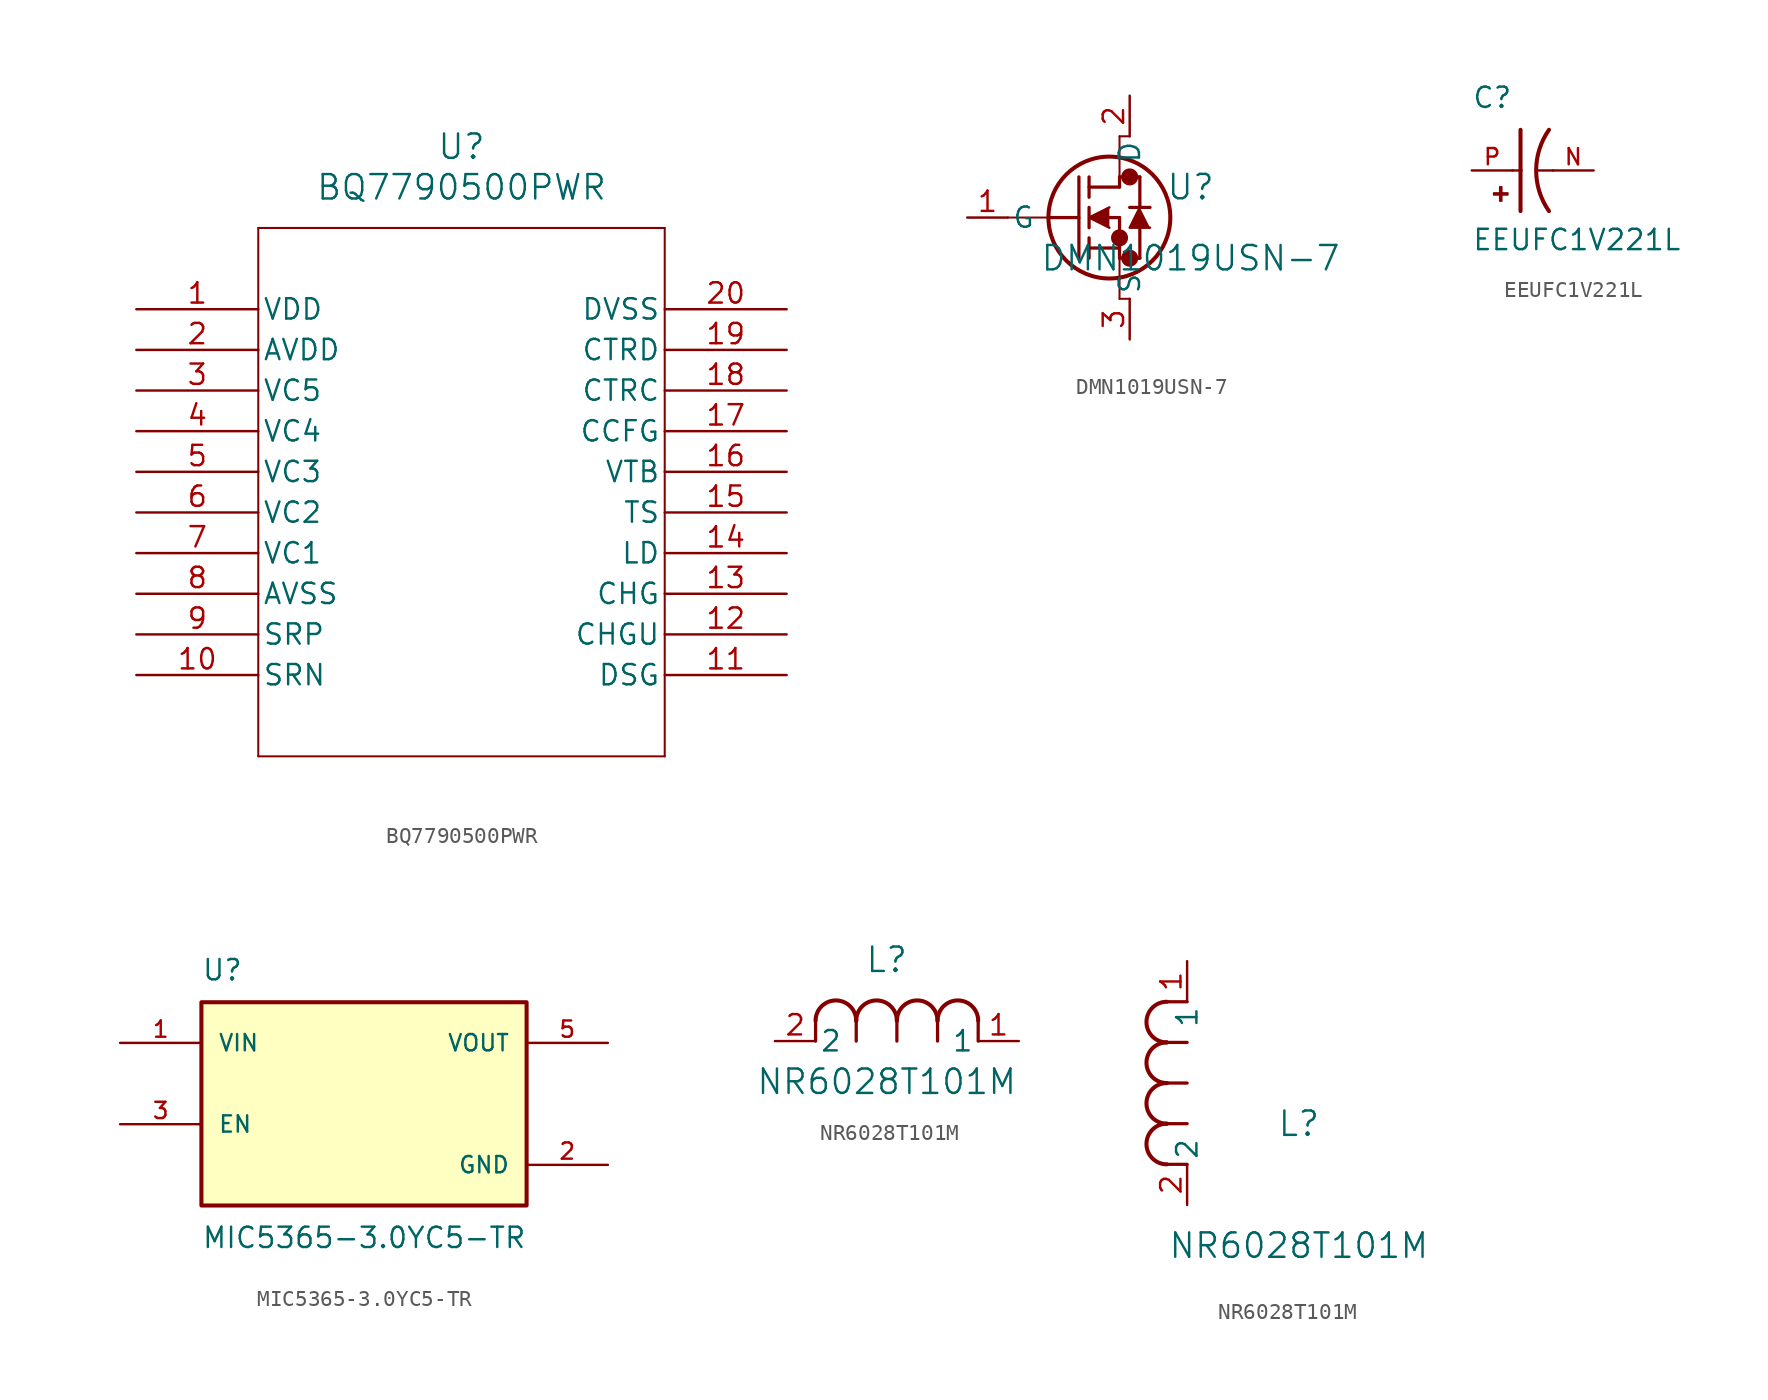
<source format=kicad_sym>
(kicad_symbol_lib
  (version 20241209)
  (generator "kicad_symbol_editor")
  (generator_version "9.0")
  (symbol "BQ7790500PWR"
    (pin_names
      (offset 0.254))
    (property "Reference" "U"
      (at 20.32 10.16 0)
      (effects (font (size 1.524 1.524))))
    (property "Value" "BQ7790500PWR"
      (at 20.32 7.62 0)
      (effects (font (size 1.524 1.524))))
    (property "ki_locked" ""
      (at 0 0 0)
      (effects (font (size 1.27 1.27))))
    (symbol "BQ7790500PWR_0_1"
      (polyline (pts (xy 7.62 5.08) (xy 7.62 -27.94)) (stroke (width 0.127) (type default)) (fill (type none)))
      (polyline (pts (xy 7.62 -27.94) (xy 33.02 -27.94)) (stroke (width 0.127) (type default)) (fill (type none)))
      (polyline (pts (xy 33.02 5.08) (xy 7.62 5.08)) (stroke (width 0.127) (type default)) (fill (type none)))
      (polyline (pts (xy 33.02 -27.94) (xy 33.02 5.08)) (stroke (width 0.127) (type default)) (fill (type none)))
      (pin power_in line (at 0 0 0) (length 7.62) (name "VDD" (effects (font (size 1.27 1.27)))) (number "1" (effects (font (size 1.27 1.27)))))
      (pin power_in line (at 0 -2.54 0) (length 7.62) (name "AVDD" (effects (font (size 1.27 1.27)))) (number "2" (effects (font (size 1.27 1.27)))))
      (pin input line (at 0 -5.08 0) (length 7.62) (name "VC5" (effects (font (size 1.27 1.27)))) (number "3" (effects (font (size 1.27 1.27)))))
      (pin input line (at 0 -7.62 0) (length 7.62) (name "VC4" (effects (font (size 1.27 1.27)))) (number "4" (effects (font (size 1.27 1.27)))))
      (pin input line (at 0 -10.16 0) (length 7.62) (name "VC3" (effects (font (size 1.27 1.27)))) (number "5" (effects (font (size 1.27 1.27)))))
      (pin input line (at 0 -12.7 0) (length 7.62) (name "VC2" (effects (font (size 1.27 1.27)))) (number "6" (effects (font (size 1.27 1.27)))))
      (pin input line (at 0 -15.24 0) (length 7.62) (name "VC1" (effects (font (size 1.27 1.27)))) (number "7" (effects (font (size 1.27 1.27)))))
      (pin power_in line (at 0 -17.78 0) (length 7.62) (name "AVSS" (effects (font (size 1.27 1.27)))) (number "8" (effects (font (size 1.27 1.27)))))
      (pin input line (at 0 -20.32 0) (length 7.62) (name "SRP" (effects (font (size 1.27 1.27)))) (number "9" (effects (font (size 1.27 1.27)))))
      (pin input line (at 0 -22.86 0) (length 7.62) (name "SRN" (effects (font (size 1.27 1.27)))) (number "10" (effects (font (size 1.27 1.27)))))
      (pin power_in line (at 40.64 0 180) (length 7.62) (name "DVSS" (effects (font (size 1.27 1.27)))) (number "20" (effects (font (size 1.27 1.27)))))
      (pin input line (at 40.64 -2.54 180) (length 7.62) (name "CTRD" (effects (font (size 1.27 1.27)))) (number "19" (effects (font (size 1.27 1.27)))))
      (pin input line (at 40.64 -5.08 180) (length 7.62) (name "CTRC" (effects (font (size 1.27 1.27)))) (number "18" (effects (font (size 1.27 1.27)))))
      (pin input line (at 40.64 -7.62 180) (length 7.62) (name "CCFG" (effects (font (size 1.27 1.27)))) (number "17" (effects (font (size 1.27 1.27)))))
      (pin output line (at 40.64 -10.16 180) (length 7.62) (name "VTB" (effects (font (size 1.27 1.27)))) (number "16" (effects (font (size 1.27 1.27)))))
      (pin input line (at 40.64 -12.7 180) (length 7.62) (name "TS" (effects (font (size 1.27 1.27)))) (number "15" (effects (font (size 1.27 1.27)))))
      (pin input line (at 40.64 -15.24 180) (length 7.62) (name "LD" (effects (font (size 1.27 1.27)))) (number "14" (effects (font (size 1.27 1.27)))))
      (pin output line (at 40.64 -17.78 180) (length 7.62) (name "CHG" (effects (font (size 1.27 1.27)))) (number "13" (effects (font (size 1.27 1.27)))))
      (pin output line (at 40.64 -20.32 180) (length 7.62) (name "CHGU" (effects (font (size 1.27 1.27)))) (number "12" (effects (font (size 1.27 1.27)))))
      (pin output line (at 40.64 -22.86 180) (length 7.62) (name "DSG" (effects (font (size 1.27 1.27)))) (number "11" (effects (font (size 1.27 1.27)))))))
  (symbol "DMN1019USN-7"
    (pin_names
      (offset 0.254))
    (property "Reference" "U"
      (at 13.97 1.905 0)
      (effects (font (size 1.524 1.524))))
    (property "Value" "DMN1019USN-7"
      (at 13.97 -2.54 0)
      (effects (font (size 1.524 1.524))))
    (property "ki_locked" ""
      (at 0 0 0)
      (effects (font (size 1.27 1.27))))
    (symbol "DMN1019USN-7_0_1"
      (polyline (pts (xy 2.54 0) (xy 5.08 0)) (stroke (width 0.127) (type default)) (fill (type none)))
      (polyline (pts (xy 5.08 0) (xy 6.985 0)) (stroke (width 0.203) (type default)) (fill (type none)))
      (polyline (pts (xy 6.985 -2.54) (xy 6.985 2.54)) (stroke (width 0.203) (type default)) (fill (type none)))
      (polyline (pts (xy 7.62 1.905) (xy 9.525 1.905)) (stroke (width 0.203) (type default)) (fill (type none)))
      (polyline (pts (xy 7.62 1.27) (xy 7.62 2.54)) (stroke (width 0.203) (type default)) (fill (type none)))
      (polyline (pts (xy 7.62 -0.635) (xy 7.62 0.635)) (stroke (width 0.203) (type default)) (fill (type none)))
      (polyline (pts (xy 7.62 -1.905) (xy 9.525 -1.905)) (stroke (width 0.203) (type default)) (fill (type none)))
      (polyline (pts (xy 7.62 -2.54) (xy 7.62 -1.27)) (stroke (width 0.203) (type default)) (fill (type none)))
      (polyline (pts (xy 8.89 0.635) (xy 7.62 0) (xy 8.89 -0.635)) (stroke (width 0) (type default)) (fill (type outline)))
      (polyline (pts (xy 8.89 0) (xy 9.525 0)) (stroke (width 0.203) (type default)) (fill (type none)))
      (circle (center 8.89 0) (radius 3.81) (stroke (width 0.254) (type default)) (fill (type none)))
      (polyline (pts (xy 9.525 5.08) (xy 10.16 5.08)) (stroke (width 0.127) (type default)) (fill (type none)))
      (polyline (pts (xy 9.525 2.54) (xy 9.525 5.08)) (stroke (width 0.127) (type default)) (fill (type none)))
      (polyline (pts (xy 9.525 2.54) (xy 10.795 2.54)) (stroke (width 0.203) (type default)) (fill (type none)))
      (polyline (pts (xy 9.525 1.905) (xy 9.525 2.54)) (stroke (width 0.203) (type default)) (fill (type none)))
      (circle (center 9.525 -1.27) (radius 0.025) (stroke (width 0.508) (type default)) (fill (type none)))
      (polyline (pts (xy 9.525 -2.54) (xy 9.525 0)) (stroke (width 0.203) (type default)) (fill (type none)))
      (polyline (pts (xy 9.525 -2.54) (xy 10.795 -2.54)) (stroke (width 0.203) (type default)) (fill (type none)))
      (polyline (pts (xy 9.525 -5.08) (xy 9.525 -2.54)) (stroke (width 0.127) (type default)) (fill (type none)))
      (circle (center 10.16 2.54) (radius 0.025) (stroke (width 0.508) (type default)) (fill (type none)))
      (circle (center 10.16 -2.54) (radius 0.025) (stroke (width 0.508) (type default)) (fill (type none)))
      (polyline (pts (xy 10.16 -5.08) (xy 9.525 -5.08)) (stroke (width 0.127) (type default)) (fill (type none)))
      (polyline (pts (xy 10.795 0.635) (xy 10.795 2.54)) (stroke (width 0.203) (type default)) (fill (type none)))
      (polyline (pts (xy 10.795 -2.54) (xy 10.795 -0.635)) (stroke (width 0.203) (type default)) (fill (type none)))
      (polyline (pts (xy 11.43 0.635) (xy 10.16 0.635)) (stroke (width 0.203) (type default)) (fill (type none)))
      (polyline (pts (xy 11.43 -0.635) (xy 10.16 -0.635) (xy 10.795 0.635)) (stroke (width 0) (type default)) (fill (type outline)))
      (pin unspecified line (at 0 0 0) (length 2.54) (name "G" (effects (font (size 1.27 1.27)))) (number "1" (effects (font (size 1.27 1.27)))))
      (pin unspecified line (at 10.16 7.62 270) (length 2.54) (name "D" (effects (font (size 1.27 1.27)))) (number "2" (effects (font (size 1.27 1.27)))))
      (pin unspecified line (at 10.16 -7.62 90) (length 2.54) (name "S" (effects (font (size 1.27 1.27)))) (number "3" (effects (font (size 1.27 1.27)))))))
  (symbol "EEUFC1V221L"
    (pin_names
      (offset 1.016))
    (property "Reference" "C"
      (at -2.54 3.81 0)
      (effects (font (size 1.27 1.27)) (justify left bottom)))
    (property "Value" "EEUFC1V221L"
      (at -2.54 -5.08 0)
      (effects (font (size 1.27 1.27)) (justify left bottom)))
    (symbol "EEUFC1V221L_0_0"
      (rectangle (start -1.173 -1.532) (end -0.284 -1.405) (stroke (width 0.1) (type default)) (fill (type outline)))
      (rectangle (start -0.792 -1.913) (end -0.665 -1.024) (stroke (width 0.1) (type default)) (fill (type outline)))
      (polyline (pts (xy 0 0) (xy 0.508 0)) (stroke (width 0.152) (type default)) (fill (type none)))
      (polyline (pts (xy 0.508 2.54) (xy 0.508 0)) (stroke (width 0.254) (type default)) (fill (type none)))
      (polyline (pts (xy 0.508 0) (xy 0.508 -2.54)) (stroke (width 0.254) (type default)) (fill (type none)))
      (polyline (pts (xy 2.54 0) (xy 1.524 0)) (stroke (width 0.152) (type default)) (fill (type none)))
      (arc (start 2.286 -2.54) (mid 1.4851 0) (end 2.286 2.54) (stroke (width 0.254) (type default)) (fill (type none)))
      (pin passive line (at -2.54 0 0) (length 2.54) (name "~" (effects (font (size 1.016 1.016)))) (number "P" (effects (font (size 1.016 1.016)))))
      (pin passive line (at 5.08 0 180) (length 2.54) (name "~" (effects (font (size 1.016 1.016)))) (number "N" (effects (font (size 1.016 1.016)))))))
  (symbol "MIC5365-3.0YC5-TR"
    (pin_names
      (offset 1.016))
    (property "Reference" "U"
      (at -10.16 6.35 0)
      (effects (font (size 1.27 1.27)) (justify left bottom)))
    (property "Value" "MIC5365-3.0YC5-TR"
      (at -10.16 -8.89 0)
      (effects (font (size 1.27 1.27)) (justify left top)))
    (symbol "MIC5365-3.0YC5-TR_0_0"
      (rectangle (start -10.16 -7.62) (end 10.16 5.08) (stroke (width 0.254) (type default)) (fill (type background)))
      (pin input line (at -15.24 2.54 0) (length 5.08) (name "VIN" (effects (font (size 1.016 1.016)))) (number "1" (effects (font (size 1.016 1.016)))))
      (pin input line (at -15.24 -2.54 0) (length 5.08) (name "EN" (effects (font (size 1.016 1.016)))) (number "3" (effects (font (size 1.016 1.016)))))
      (pin output line (at 15.24 2.54 180) (length 5.08) (name "VOUT" (effects (font (size 1.016 1.016)))) (number "5" (effects (font (size 1.016 1.016)))))
      (pin power_in line (at 15.24 -5.08 180) (length 5.08) (name "GND" (effects (font (size 1.016 1.016)))) (number "2" (effects (font (size 1.016 1.016)))))))
  (symbol "NR6028T101M"
    (pin_names
      (offset 0.254))
    (property "Reference" "L"
      (at 6.985 5.08 0)
      (effects (font (size 1.524 1.524))))
    (property "Value" "NR6028T101M"
      (at 6.985 -2.54 0)
      (effects (font (size 1.524 1.524))))
    (property "ki_locked" ""
      (at 0 0 0)
      (effects (font (size 1.27 1.27))))
    (symbol "NR6028T101M_1_1"
      (polyline (pts (xy 2.54 0) (xy 2.54 1.27)) (stroke (width 0.203) (type default)) (fill (type none)))
      (arc (start 2.54 1.27) (mid 3.81 2.5344) (end 5.08 1.27) (stroke (width 0.254) (type default)) (fill (type none)))
      (polyline (pts (xy 5.08 0) (xy 5.08 1.27)) (stroke (width 0.203) (type default)) (fill (type none)))
      (arc (start 5.08 1.27) (mid 6.35 2.5344) (end 7.62 1.27) (stroke (width 0.254) (type default)) (fill (type none)))
      (polyline (pts (xy 7.62 0) (xy 7.62 1.27)) (stroke (width 0.203) (type default)) (fill (type none)))
      (arc (start 7.62 1.27) (mid 8.89 2.5344) (end 10.16 1.27) (stroke (width 0.254) (type default)) (fill (type none)))
      (polyline (pts (xy 10.16 0) (xy 10.16 1.27)) (stroke (width 0.203) (type default)) (fill (type none)))
      (arc (start 10.16 1.27) (mid 11.43 2.5344) (end 12.7 1.27) (stroke (width 0.254) (type default)) (fill (type none)))
      (polyline (pts (xy 12.7 0) (xy 12.7 1.27)) (stroke (width 0.203) (type default)) (fill (type none)))
      (pin passive line (at 0 0 0) (length 2.54) (name "2" (effects (font (size 1.27 1.27)))) (number "2" (effects (font (size 1.27 1.27)))))
      (pin passive line (at 15.24 0 180) (length 2.54) (name "1" (effects (font (size 1.27 1.27)))) (number "1" (effects (font (size 1.27 1.27))))))
    (symbol "NR6028T101M_1_2"
      (arc (start -1.27 10.16) (mid -2.5344 11.43) (end -1.27 12.7) (stroke (width 0.254) (type default)) (fill (type none)))
      (arc (start -1.27 7.62) (mid -2.5344 8.89) (end -1.27 10.16) (stroke (width 0.254) (type default)) (fill (type none)))
      (arc (start -1.27 5.08) (mid -2.5344 6.35) (end -1.27 7.62) (stroke (width 0.254) (type default)) (fill (type none)))
      (arc (start -1.27 2.54) (mid -2.5344 3.81) (end -1.27 5.08) (stroke (width 0.254) (type default)) (fill (type none)))
      (polyline (pts (xy 0 12.7) (xy -1.27 12.7)) (stroke (width 0.203) (type default)) (fill (type none)))
      (polyline (pts (xy 0 10.16) (xy -1.27 10.16)) (stroke (width 0.203) (type default)) (fill (type none)))
      (polyline (pts (xy 0 7.62) (xy -1.27 7.62)) (stroke (width 0.203) (type default)) (fill (type none)))
      (polyline (pts (xy 0 5.08) (xy -1.27 5.08)) (stroke (width 0.203) (type default)) (fill (type none)))
      (polyline (pts (xy 0 2.54) (xy -1.27 2.54)) (stroke (width 0.203) (type default)) (fill (type none)))
      (pin unspecified line (at 0 15.24 270) (length 2.54) (name "1" (effects (font (size 1.27 1.27)))) (number "1" (effects (font (size 1.27 1.27)))))
      (pin unspecified line (at 0 0 90) (length 2.54) (name "2" (effects (font (size 1.27 1.27)))) (number "2" (effects (font (size 1.27 1.27))))))))
</source>
